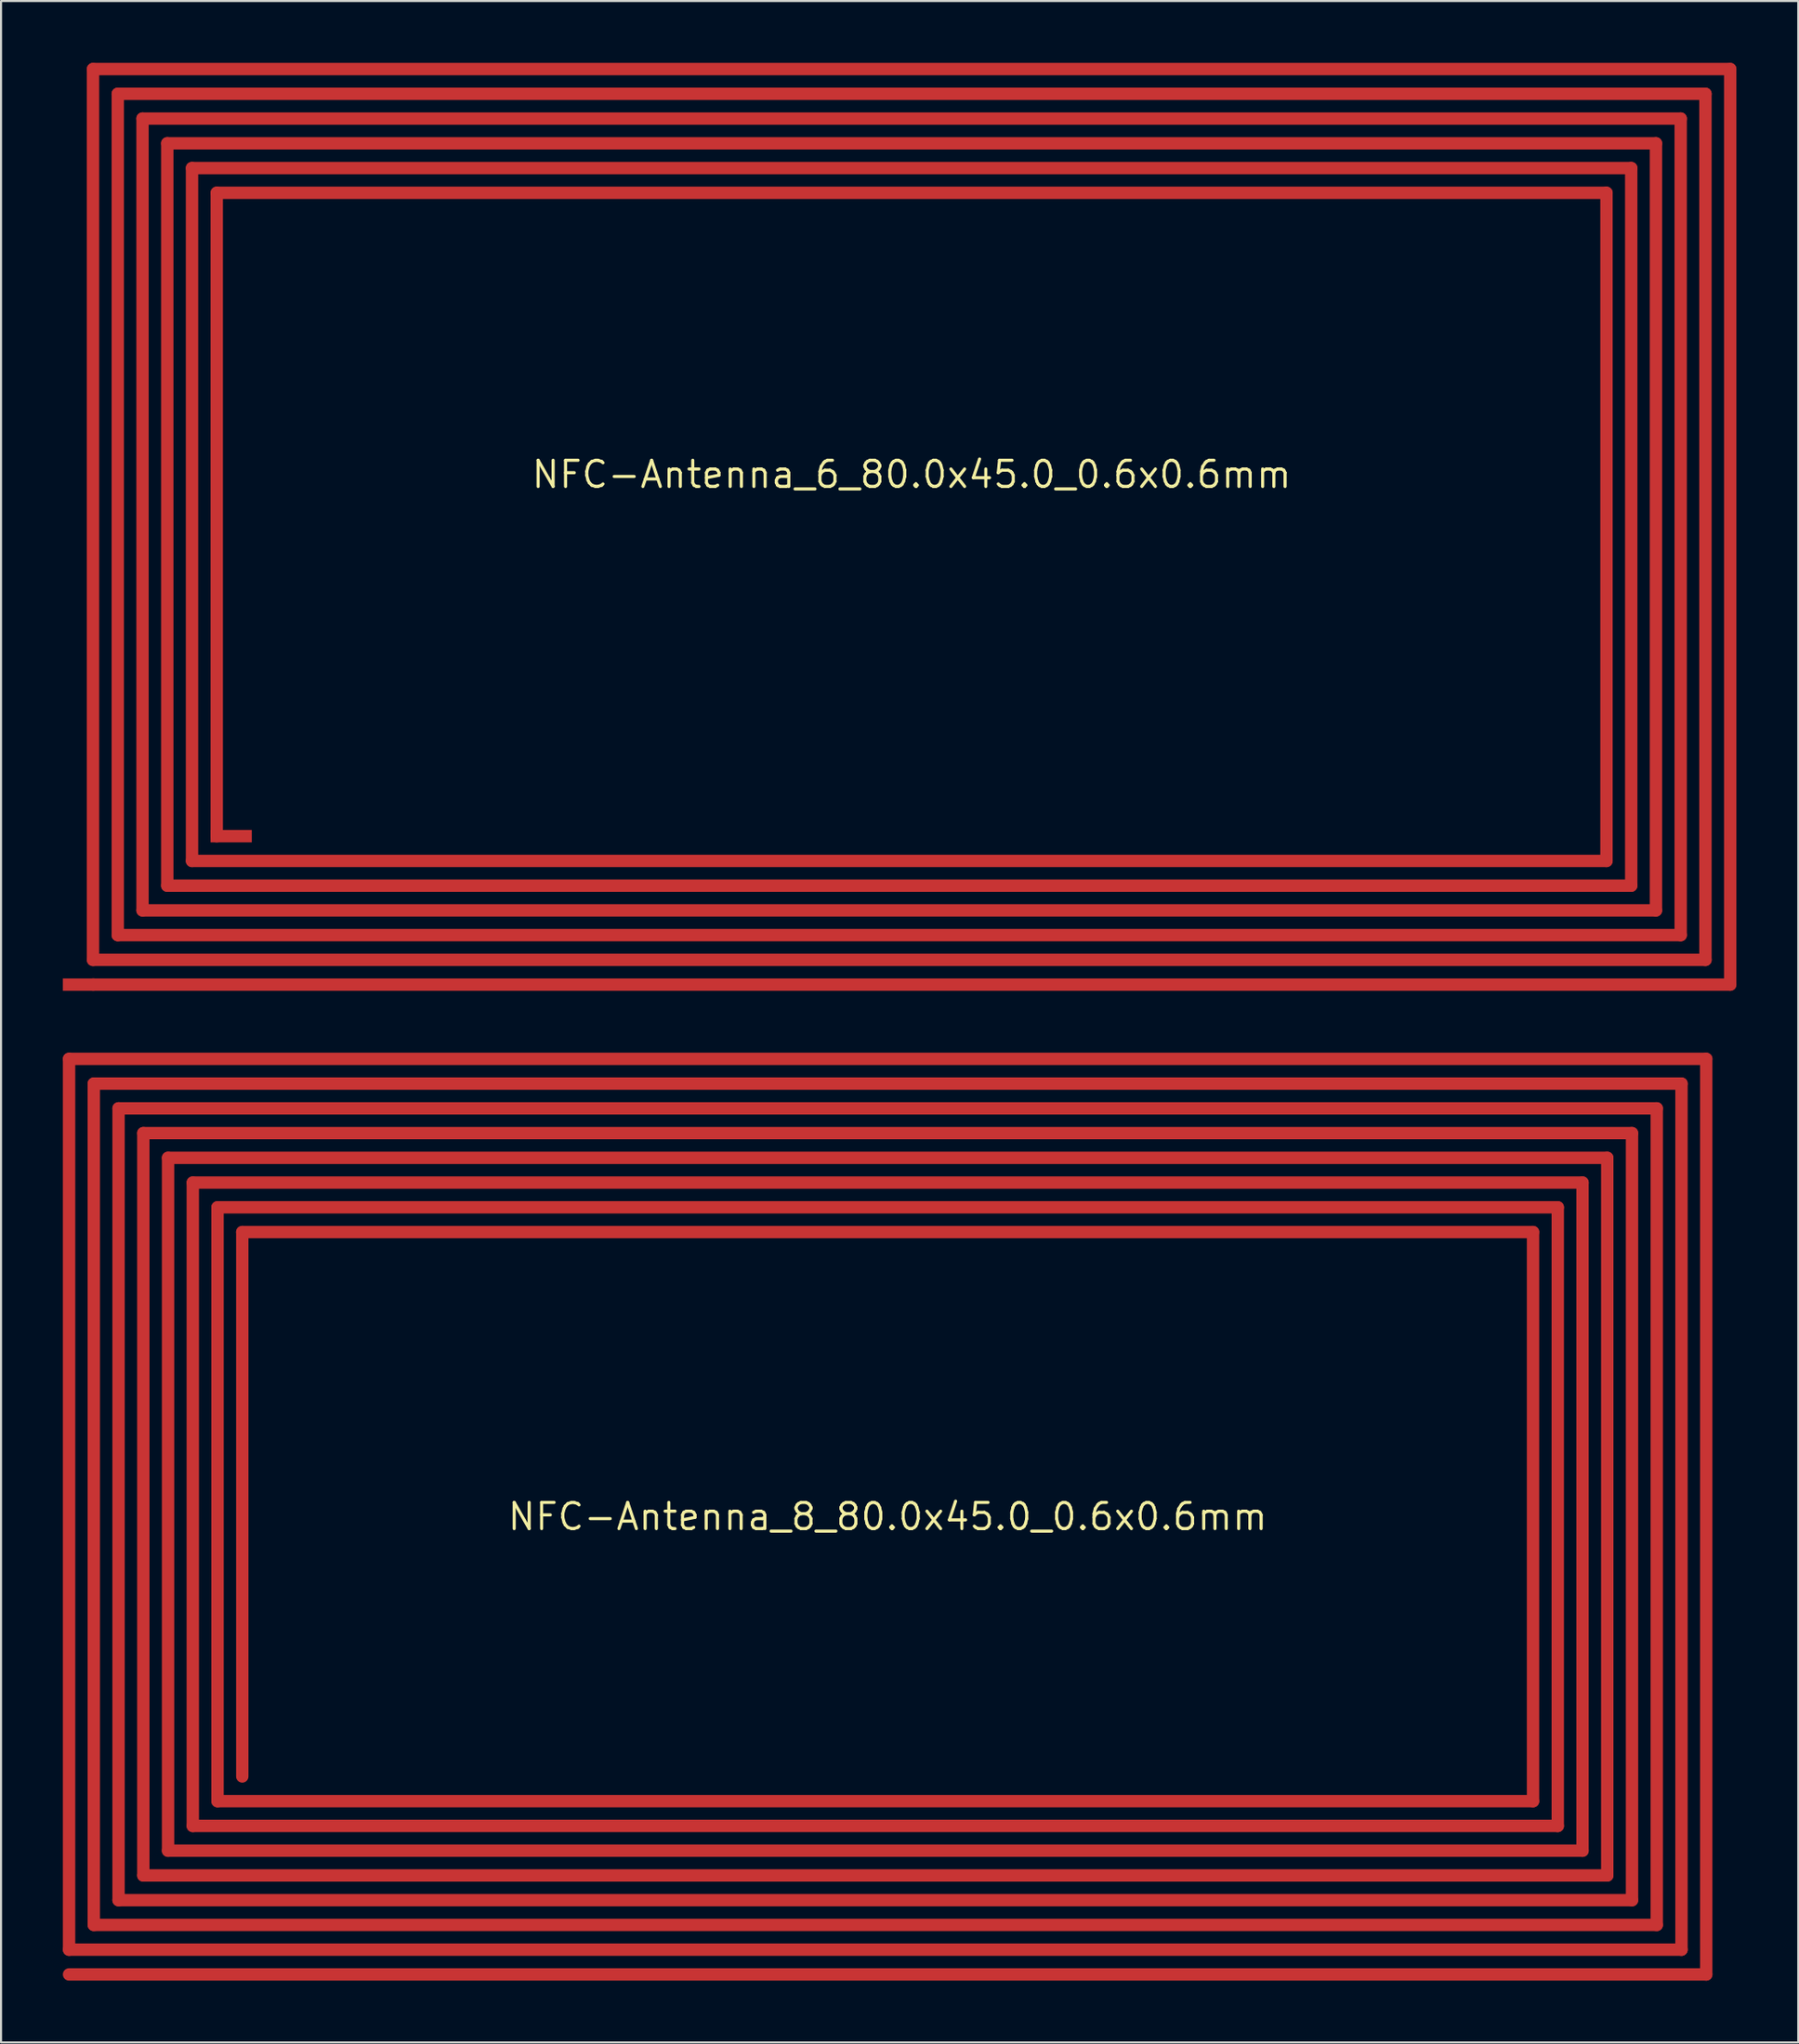
<source format=kicad_pcb>
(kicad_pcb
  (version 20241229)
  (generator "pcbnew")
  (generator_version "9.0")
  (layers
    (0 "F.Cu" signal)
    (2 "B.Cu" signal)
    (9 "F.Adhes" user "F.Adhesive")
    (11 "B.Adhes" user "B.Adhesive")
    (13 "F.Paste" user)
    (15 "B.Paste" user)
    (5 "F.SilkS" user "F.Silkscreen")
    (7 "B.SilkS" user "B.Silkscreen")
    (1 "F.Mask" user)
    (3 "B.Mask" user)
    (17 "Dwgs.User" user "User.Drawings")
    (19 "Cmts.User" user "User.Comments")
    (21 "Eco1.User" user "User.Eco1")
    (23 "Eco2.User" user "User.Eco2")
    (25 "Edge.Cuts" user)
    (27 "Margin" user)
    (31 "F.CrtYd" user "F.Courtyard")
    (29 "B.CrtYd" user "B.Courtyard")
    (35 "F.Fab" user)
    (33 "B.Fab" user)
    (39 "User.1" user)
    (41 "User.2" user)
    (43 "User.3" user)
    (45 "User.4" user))
  (footprint "NFC-Antenna_6_80.0x45.0_0.6x0.6mm"
    (layer "F.Cu")
    (at 41.162 22.5)
    (property "Reference" "NFC-Antenna_6_80.0x45.0_0.6x0.6mm" (at 0 -2.54 0) (layer "F.SilkS") (effects (font (size 1.27 1.27) (thickness 0.15))))
    (attr through_hole)
    (fp_line (start -39.7 -22.2) (end -39.7 21) (stroke (width 0.6) (type solid)) (layer "F.Cu"))
    (fp_line (start -39.7 21) (end 38.5 21) (stroke (width 0.6) (type solid)) (layer "F.Cu"))
    (fp_line (start -39.7 22.2) (end 39.7 22.2) (stroke (width 0.6) (type solid)) (layer "F.Cu"))
    (fp_line (start -38.5 -21) (end -38.5 19.8) (stroke (width 0.6) (type solid)) (layer "F.Cu"))
    (fp_line (start -38.5 19.8) (end 37.3 19.8) (stroke (width 0.6) (type solid)) (layer "F.Cu"))
    (fp_line (start -37.3 -19.8) (end -37.3 18.6) (stroke (width 0.6) (type solid)) (layer "F.Cu"))
    (fp_line (start -37.3 18.6) (end 36.1 18.6) (stroke (width 0.6) (type solid)) (layer "F.Cu"))
    (fp_line (start -36.1 -18.6) (end -36.1 17.4) (stroke (width 0.6) (type solid)) (layer "F.Cu"))
    (fp_line (start -36.1 17.4) (end 34.9 17.4) (stroke (width 0.6) (type solid)) (layer "F.Cu"))
    (fp_line (start -34.9 -17.4) (end -34.9 16.2) (stroke (width 0.6) (type solid)) (layer "F.Cu"))
    (fp_line (start -34.9 16.2) (end 33.7 16.2) (stroke (width 0.6) (type solid)) (layer "F.Cu"))
    (fp_line (start -33.7 -16.2) (end -33.7 15) (stroke (width 0.6) (type solid)) (layer "F.Cu"))
    (fp_line (start 33.7 -16.2) (end -33.7 -16.2) (stroke (width 0.6) (type solid)) (layer "F.Cu"))
    (fp_line (start 33.7 16.2) (end 33.7 -16.2) (stroke (width 0.6) (type solid)) (layer "F.Cu"))
    (fp_line (start 34.9 -17.4) (end -34.9 -17.4) (stroke (width 0.6) (type solid)) (layer "F.Cu"))
    (fp_line (start 34.9 17.4) (end 34.9 -17.4) (stroke (width 0.6) (type solid)) (layer "F.Cu"))
    (fp_line (start 36.1 -18.6) (end -36.1 -18.6) (stroke (width 0.6) (type solid)) (layer "F.Cu"))
    (fp_line (start 36.1 18.6) (end 36.1 -18.6) (stroke (width 0.6) (type solid)) (layer "F.Cu"))
    (fp_line (start 37.3 -19.8) (end -37.3 -19.8) (stroke (width 0.6) (type solid)) (layer "F.Cu"))
    (fp_line (start 37.3 19.8) (end 37.3 -19.8) (stroke (width 0.6) (type solid)) (layer "F.Cu"))
    (fp_line (start 38.5 -21) (end -38.5 -21) (stroke (width 0.6) (type solid)) (layer "F.Cu"))
    (fp_line (start 38.5 21) (end 38.5 -21) (stroke (width 0.6) (type solid)) (layer "F.Cu"))
    (fp_line (start 39.7 -22.2) (end -39.7 -22.2) (stroke (width 0.6) (type solid)) (layer "F.Cu"))
    (fp_line (start 39.7 22.2) (end 39.7 -22.2) (stroke (width 0.6) (type solid)) (layer "F.Cu"))
    (pad "1" smd rect (at -33 15 90) (size 0.6 2) (layers "F.Cu"))
    (pad "2" smd rect (at -40.4 22.2 90) (size 0.6 1.524) (layers "F.Cu")))
  (footprint "NFC-Antenna_8_80.0x45.0_0.6x0.6mm"
    (layer "F.Cu")
    (at 40 70.5)
    (property "Reference" "NFC-Antenna_8_80.0x45.0_0.6x0.6mm" (at 0 0 0) (layer "F.SilkS") (effects (font (size 1.27 1.27) (thickness 0.15))))
    (attr through_hole)
    (fp_line (start -39.7 -22.2) (end -39.7 21) (stroke (width 0.6) (type solid)) (layer "F.Cu"))
    (fp_line (start -39.7 21) (end 38.5 21) (stroke (width 0.6) (type solid)) (layer "F.Cu"))
    (fp_line (start -39.7 22.2) (end 39.7 22.2) (stroke (width 0.6) (type solid)) (layer "F.Cu"))
    (fp_line (start -38.5 -21) (end -38.5 19.8) (stroke (width 0.6) (type solid)) (layer "F.Cu"))
    (fp_line (start -38.5 19.8) (end 37.3 19.8) (stroke (width 0.6) (type solid)) (layer "F.Cu"))
    (fp_line (start -37.3 -19.8) (end -37.3 18.6) (stroke (width 0.6) (type solid)) (layer "F.Cu"))
    (fp_line (start -37.3 18.6) (end 36.1 18.6) (stroke (width 0.6) (type solid)) (layer "F.Cu"))
    (fp_line (start -36.1 -18.6) (end -36.1 17.4) (stroke (width 0.6) (type solid)) (layer "F.Cu"))
    (fp_line (start -36.1 17.4) (end 34.9 17.4) (stroke (width 0.6) (type solid)) (layer "F.Cu"))
    (fp_line (start -34.9 -17.4) (end -34.9 16.2) (stroke (width 0.6) (type solid)) (layer "F.Cu"))
    (fp_line (start -34.9 16.2) (end 33.7 16.2) (stroke (width 0.6) (type solid)) (layer "F.Cu"))
    (fp_line (start -33.7 -16.2) (end -33.7 15) (stroke (width 0.6) (type solid)) (layer "F.Cu"))
    (fp_line (start -33.7 15) (end 32.5 15) (stroke (width 0.6) (type solid)) (layer "F.Cu"))
    (fp_line (start -32.5 -15) (end -32.5 13.8) (stroke (width 0.6) (type solid)) (layer "F.Cu"))
    (fp_line (start -32.5 13.8) (end 31.3 13.8) (stroke (width 0.6) (type solid)) (layer "F.Cu"))
    (fp_line (start -31.3 -13.8) (end -31.3 12.6) (stroke (width 0.6) (type solid)) (layer "F.Cu"))
    (fp_line (start 31.3 -13.8) (end -31.3 -13.8) (stroke (width 0.6) (type solid)) (layer "F.Cu"))
    (fp_line (start 31.3 13.8) (end 31.3 -13.8) (stroke (width 0.6) (type solid)) (layer "F.Cu"))
    (fp_line (start 32.5 -15) (end -32.5 -15) (stroke (width 0.6) (type solid)) (layer "F.Cu"))
    (fp_line (start 32.5 15) (end 32.5 -15) (stroke (width 0.6) (type solid)) (layer "F.Cu"))
    (fp_line (start 33.7 -16.2) (end -33.7 -16.2) (stroke (width 0.6) (type solid)) (layer "F.Cu"))
    (fp_line (start 33.7 16.2) (end 33.7 -16.2) (stroke (width 0.6) (type solid)) (layer "F.Cu"))
    (fp_line (start 34.9 -17.4) (end -34.9 -17.4) (stroke (width 0.6) (type solid)) (layer "F.Cu"))
    (fp_line (start 34.9 17.4) (end 34.9 -17.4) (stroke (width 0.6) (type solid)) (layer "F.Cu"))
    (fp_line (start 36.1 -18.6) (end -36.1 -18.6) (stroke (width 0.6) (type solid)) (layer "F.Cu"))
    (fp_line (start 36.1 18.6) (end 36.1 -18.6) (stroke (width 0.6) (type solid)) (layer "F.Cu"))
    (fp_line (start 37.3 -19.8) (end -37.3 -19.8) (stroke (width 0.6) (type solid)) (layer "F.Cu"))
    (fp_line (start 37.3 19.8) (end 37.3 -19.8) (stroke (width 0.6) (type solid)) (layer "F.Cu"))
    (fp_line (start 38.5 -21) (end -38.5 -21) (stroke (width 0.6) (type solid)) (layer "F.Cu"))
    (fp_line (start 38.5 21) (end 38.5 -21) (stroke (width 0.6) (type solid)) (layer "F.Cu"))
    (fp_line (start 39.7 -22.2) (end -39.7 -22.2) (stroke (width 0.6) (type solid)) (layer "F.Cu"))
    (fp_line (start 39.7 22.2) (end 39.7 -22.2) (stroke (width 0.6) (type solid)) (layer "F.Cu")))
  (gr_rect
    (start -3 -3)
    (end 84.162 96)
    (stroke (width 0.1) (type default))
    (fill no)
    (layer "Edge.Cuts")))
</source>
